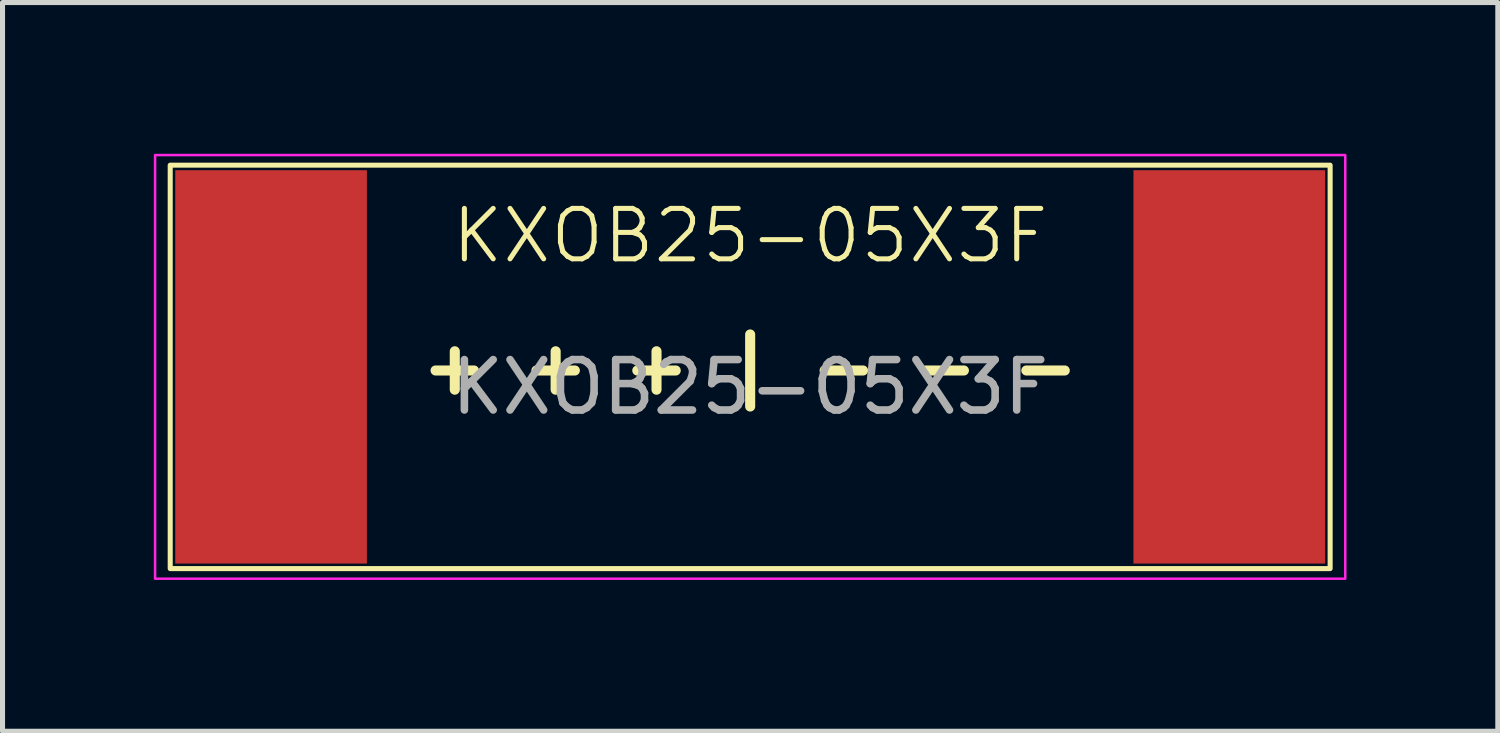
<source format=kicad_pcb>
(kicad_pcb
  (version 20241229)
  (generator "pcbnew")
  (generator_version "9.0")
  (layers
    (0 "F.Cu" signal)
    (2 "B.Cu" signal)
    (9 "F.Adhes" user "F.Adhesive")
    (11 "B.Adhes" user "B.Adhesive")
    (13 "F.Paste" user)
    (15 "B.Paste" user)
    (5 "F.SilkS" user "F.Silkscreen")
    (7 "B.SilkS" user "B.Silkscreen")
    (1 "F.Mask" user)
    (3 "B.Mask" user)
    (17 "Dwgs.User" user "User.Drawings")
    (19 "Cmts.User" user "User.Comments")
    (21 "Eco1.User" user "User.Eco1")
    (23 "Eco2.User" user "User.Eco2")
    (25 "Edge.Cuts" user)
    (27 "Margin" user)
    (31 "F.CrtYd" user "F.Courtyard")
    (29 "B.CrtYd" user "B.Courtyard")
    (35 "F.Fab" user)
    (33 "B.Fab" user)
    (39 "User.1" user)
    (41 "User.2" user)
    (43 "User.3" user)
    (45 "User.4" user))
  (footprint "KXOB25-05X3F"
    (layer "F.Cu")
    (at 11.825 4.225)
    (property "Reference" "KXOB25-05X3F" (at 0 -2.6 0) (layer "F.SilkS") (effects (font (size 1 1) (thickness 0.1))))
    (attr smd)
    (fp_rect (start -11.5 -4) (end 11.5 4) (stroke (width 0.1) (type solid)) (fill no) (layer "F.SilkS"))
    (fp_rect (start -11.8 -4.2) (end 11.8 4.2) (stroke (width 0.05) (type default)) (fill no) (layer "F.CrtYd"))
    (fp_text user "+ + + | - - -" (at 0 0 0) (unlocked yes) (layer "F.SilkS") (effects (font (size 1 1) (thickness 0.2) (bold yes))))
    (fp_text user "${REFERENCE}" (at 0 0.4 0) (unlocked yes) (layer "F.Fab") (effects (font (size 1 1) (thickness 0.15))))
    (pad "1" smd rect (at -9.5 0) (size 3.8 7.8) (layers "F.Cu" "F.Mask" "F.Paste"))
    (pad "2" smd rect (at 9.5 0) (size 3.8 7.8) (layers "F.Cu" "F.Mask" "F.Paste")))
  (gr_rect
    (start -3 -3)
    (end 26.65 11.45)
    (stroke (width 0.1) (type default))
    (fill no)
    (layer "Edge.Cuts")))
</source>
